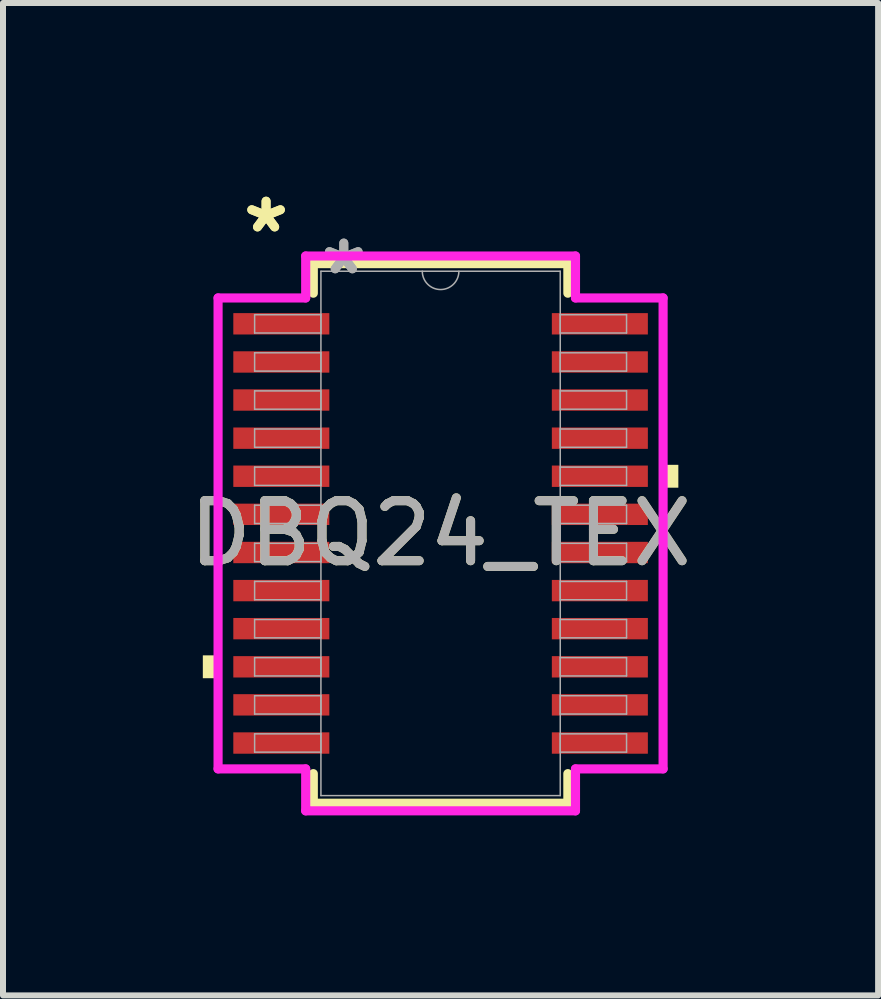
<source format=kicad_pcb>
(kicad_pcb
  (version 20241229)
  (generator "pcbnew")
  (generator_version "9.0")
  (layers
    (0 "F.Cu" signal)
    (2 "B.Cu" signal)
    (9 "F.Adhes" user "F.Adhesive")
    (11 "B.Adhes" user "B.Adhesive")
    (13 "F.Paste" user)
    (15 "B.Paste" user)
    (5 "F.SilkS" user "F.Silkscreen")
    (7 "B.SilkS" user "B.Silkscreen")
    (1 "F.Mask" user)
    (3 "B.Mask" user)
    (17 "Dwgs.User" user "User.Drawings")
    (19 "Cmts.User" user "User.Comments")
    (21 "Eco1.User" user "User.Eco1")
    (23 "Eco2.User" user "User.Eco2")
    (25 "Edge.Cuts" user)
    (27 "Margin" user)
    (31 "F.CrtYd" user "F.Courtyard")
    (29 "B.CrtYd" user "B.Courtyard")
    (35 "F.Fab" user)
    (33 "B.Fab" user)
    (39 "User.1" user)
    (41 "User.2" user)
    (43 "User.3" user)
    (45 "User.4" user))
  (footprint "DBQ24_TEX"
    (layer "F.Cu")
    (at 4.292 5.839)
    (property "Reference" "DBQ24_TEX" (at 0 0 0) (unlocked yes) (layer "F.SilkS") (effects (font (size 1 1) (thickness 0.15))))
    (attr smd)
    (fp_line (start -2.121 -4.496) (end -2.121 -4.003) (stroke (width 0.152) (type solid)) (layer "F.SilkS"))
    (fp_line (start -2.121 4.003) (end -2.121 4.496) (stroke (width 0.152) (type solid)) (layer "F.SilkS"))
    (fp_line (start -2.121 4.496) (end 2.121 4.496) (stroke (width 0.152) (type solid)) (layer "F.SilkS"))
    (fp_line (start 2.121 -4.496) (end -2.121 -4.496) (stroke (width 0.152) (type solid)) (layer "F.SilkS"))
    (fp_line (start 2.121 -4.003) (end 2.121 -4.496) (stroke (width 0.152) (type solid)) (layer "F.SilkS"))
    (fp_line (start 2.121 4.496) (end 2.121 4.003) (stroke (width 0.152) (type solid)) (layer "F.SilkS"))
    (fp_poly (pts (xy -3.962 2.032) (xy -3.962 2.413) (xy -3.708 2.413) (xy -3.708 2.032)) (stroke (width 0) (type solid)) (fill yes) (layer "F.SilkS"))
    (fp_poly (pts (xy 3.962 -1.143) (xy 3.962 -0.762) (xy 3.708 -0.762) (xy 3.708 -1.143)) (stroke (width 0) (type solid)) (fill yes) (layer "F.SilkS"))
    (fp_line (start -3.708 -3.924) (end -2.248 -3.924) (stroke (width 0.152) (type solid)) (layer "F.CrtYd"))
    (fp_line (start -3.708 3.924) (end -3.708 -3.924) (stroke (width 0.152) (type solid)) (layer "F.CrtYd"))
    (fp_line (start -3.708 3.924) (end -2.248 3.924) (stroke (width 0.152) (type solid)) (layer "F.CrtYd"))
    (fp_line (start -2.248 -4.623) (end 2.248 -4.623) (stroke (width 0.152) (type solid)) (layer "F.CrtYd"))
    (fp_line (start -2.248 -3.924) (end -2.248 -4.623) (stroke (width 0.152) (type solid)) (layer "F.CrtYd"))
    (fp_line (start -2.248 4.623) (end -2.248 3.924) (stroke (width 0.152) (type solid)) (layer "F.CrtYd"))
    (fp_line (start 2.248 -4.623) (end 2.248 -3.924) (stroke (width 0.152) (type solid)) (layer "F.CrtYd"))
    (fp_line (start 2.248 3.924) (end 2.248 4.623) (stroke (width 0.152) (type solid)) (layer "F.CrtYd"))
    (fp_line (start 2.248 4.623) (end -2.248 4.623) (stroke (width 0.152) (type solid)) (layer "F.CrtYd"))
    (fp_line (start 3.708 -3.924) (end 2.248 -3.924) (stroke (width 0.152) (type solid)) (layer "F.CrtYd"))
    (fp_line (start 3.708 -3.924) (end 3.708 3.924) (stroke (width 0.152) (type solid)) (layer "F.CrtYd"))
    (fp_line (start 3.708 3.924) (end 2.248 3.924) (stroke (width 0.152) (type solid)) (layer "F.CrtYd"))
    (fp_line (start -3.099 -3.645) (end -3.099 -3.34) (stroke (width 0.025) (type solid)) (layer "F.Fab"))
    (fp_line (start -3.099 -3.34) (end -1.994 -3.34) (stroke (width 0.025) (type solid)) (layer "F.Fab"))
    (fp_line (start -3.099 -3.01) (end -3.099 -2.705) (stroke (width 0.025) (type solid)) (layer "F.Fab"))
    (fp_line (start -3.099 -2.705) (end -1.994 -2.705) (stroke (width 0.025) (type solid)) (layer "F.Fab"))
    (fp_line (start -3.099 -2.375) (end -3.099 -2.07) (stroke (width 0.025) (type solid)) (layer "F.Fab"))
    (fp_line (start -3.099 -2.07) (end -1.994 -2.07) (stroke (width 0.025) (type solid)) (layer "F.Fab"))
    (fp_line (start -3.099 -1.74) (end -3.099 -1.435) (stroke (width 0.025) (type solid)) (layer "F.Fab"))
    (fp_line (start -3.099 -1.435) (end -1.994 -1.435) (stroke (width 0.025) (type solid)) (layer "F.Fab"))
    (fp_line (start -3.099 -1.105) (end -3.099 -0.8) (stroke (width 0.025) (type solid)) (layer "F.Fab"))
    (fp_line (start -3.099 -0.8) (end -1.994 -0.8) (stroke (width 0.025) (type solid)) (layer "F.Fab"))
    (fp_line (start -3.099 -0.47) (end -3.099 -0.165) (stroke (width 0.025) (type solid)) (layer "F.Fab"))
    (fp_line (start -3.099 -0.165) (end -1.994 -0.165) (stroke (width 0.025) (type solid)) (layer "F.Fab"))
    (fp_line (start -3.099 0.165) (end -3.099 0.47) (stroke (width 0.025) (type solid)) (layer "F.Fab"))
    (fp_line (start -3.099 0.47) (end -1.994 0.47) (stroke (width 0.025) (type solid)) (layer "F.Fab"))
    (fp_line (start -3.099 0.8) (end -3.099 1.105) (stroke (width 0.025) (type solid)) (layer "F.Fab"))
    (fp_line (start -3.099 1.105) (end -1.994 1.105) (stroke (width 0.025) (type solid)) (layer "F.Fab"))
    (fp_line (start -3.099 1.435) (end -3.099 1.74) (stroke (width 0.025) (type solid)) (layer "F.Fab"))
    (fp_line (start -3.099 1.74) (end -1.994 1.74) (stroke (width 0.025) (type solid)) (layer "F.Fab"))
    (fp_line (start -3.099 2.07) (end -3.099 2.375) (stroke (width 0.025) (type solid)) (layer "F.Fab"))
    (fp_line (start -3.099 2.375) (end -1.994 2.375) (stroke (width 0.025) (type solid)) (layer "F.Fab"))
    (fp_line (start -3.099 2.705) (end -3.099 3.01) (stroke (width 0.025) (type solid)) (layer "F.Fab"))
    (fp_line (start -3.099 3.01) (end -1.994 3.01) (stroke (width 0.025) (type solid)) (layer "F.Fab"))
    (fp_line (start -3.099 3.34) (end -3.099 3.645) (stroke (width 0.025) (type solid)) (layer "F.Fab"))
    (fp_line (start -3.099 3.645) (end -1.994 3.645) (stroke (width 0.025) (type solid)) (layer "F.Fab"))
    (fp_line (start -1.994 -4.369) (end -1.994 4.369) (stroke (width 0.025) (type solid)) (layer "F.Fab"))
    (fp_line (start -1.994 -3.645) (end -3.099 -3.645) (stroke (width 0.025) (type solid)) (layer "F.Fab"))
    (fp_line (start -1.994 -3.34) (end -1.994 -3.645) (stroke (width 0.025) (type solid)) (layer "F.Fab"))
    (fp_line (start -1.994 -3.01) (end -3.099 -3.01) (stroke (width 0.025) (type solid)) (layer "F.Fab"))
    (fp_line (start -1.994 -2.705) (end -1.994 -3.01) (stroke (width 0.025) (type solid)) (layer "F.Fab"))
    (fp_line (start -1.994 -2.375) (end -3.099 -2.375) (stroke (width 0.025) (type solid)) (layer "F.Fab"))
    (fp_line (start -1.994 -2.07) (end -1.994 -2.375) (stroke (width 0.025) (type solid)) (layer "F.Fab"))
    (fp_line (start -1.994 -1.74) (end -3.099 -1.74) (stroke (width 0.025) (type solid)) (layer "F.Fab"))
    (fp_line (start -1.994 -1.435) (end -1.994 -1.74) (stroke (width 0.025) (type solid)) (layer "F.Fab"))
    (fp_line (start -1.994 -1.105) (end -3.099 -1.105) (stroke (width 0.025) (type solid)) (layer "F.Fab"))
    (fp_line (start -1.994 -0.8) (end -1.994 -1.105) (stroke (width 0.025) (type solid)) (layer "F.Fab"))
    (fp_line (start -1.994 -0.47) (end -3.099 -0.47) (stroke (width 0.025) (type solid)) (layer "F.Fab"))
    (fp_line (start -1.994 -0.165) (end -1.994 -0.47) (stroke (width 0.025) (type solid)) (layer "F.Fab"))
    (fp_line (start -1.994 0.165) (end -3.099 0.165) (stroke (width 0.025) (type solid)) (layer "F.Fab"))
    (fp_line (start -1.994 0.47) (end -1.994 0.165) (stroke (width 0.025) (type solid)) (layer "F.Fab"))
    (fp_line (start -1.994 0.8) (end -3.099 0.8) (stroke (width 0.025) (type solid)) (layer "F.Fab"))
    (fp_line (start -1.994 1.105) (end -1.994 0.8) (stroke (width 0.025) (type solid)) (layer "F.Fab"))
    (fp_line (start -1.994 1.435) (end -3.099 1.435) (stroke (width 0.025) (type solid)) (layer "F.Fab"))
    (fp_line (start -1.994 1.74) (end -1.994 1.435) (stroke (width 0.025) (type solid)) (layer "F.Fab"))
    (fp_line (start -1.994 2.07) (end -3.099 2.07) (stroke (width 0.025) (type solid)) (layer "F.Fab"))
    (fp_line (start -1.994 2.375) (end -1.994 2.07) (stroke (width 0.025) (type solid)) (layer "F.Fab"))
    (fp_line (start -1.994 2.705) (end -3.099 2.705) (stroke (width 0.025) (type solid)) (layer "F.Fab"))
    (fp_line (start -1.994 3.01) (end -1.994 2.705) (stroke (width 0.025) (type solid)) (layer "F.Fab"))
    (fp_line (start -1.994 3.34) (end -3.099 3.34) (stroke (width 0.025) (type solid)) (layer "F.Fab"))
    (fp_line (start -1.994 3.645) (end -1.994 3.34) (stroke (width 0.025) (type solid)) (layer "F.Fab"))
    (fp_line (start -1.994 4.369) (end 1.994 4.369) (stroke (width 0.025) (type solid)) (layer "F.Fab"))
    (fp_line (start 1.994 -4.369) (end -1.994 -4.369) (stroke (width 0.025) (type solid)) (layer "F.Fab"))
    (fp_line (start 1.994 -3.645) (end 1.994 -3.34) (stroke (width 0.025) (type solid)) (layer "F.Fab"))
    (fp_line (start 1.994 -3.34) (end 3.099 -3.34) (stroke (width 0.025) (type solid)) (layer "F.Fab"))
    (fp_line (start 1.994 -3.01) (end 1.994 -2.705) (stroke (width 0.025) (type solid)) (layer "F.Fab"))
    (fp_line (start 1.994 -2.705) (end 3.099 -2.705) (stroke (width 0.025) (type solid)) (layer "F.Fab"))
    (fp_line (start 1.994 -2.375) (end 1.994 -2.07) (stroke (width 0.025) (type solid)) (layer "F.Fab"))
    (fp_line (start 1.994 -2.07) (end 3.099 -2.07) (stroke (width 0.025) (type solid)) (layer "F.Fab"))
    (fp_line (start 1.994 -1.74) (end 1.994 -1.435) (stroke (width 0.025) (type solid)) (layer "F.Fab"))
    (fp_line (start 1.994 -1.435) (end 3.099 -1.435) (stroke (width 0.025) (type solid)) (layer "F.Fab"))
    (fp_line (start 1.994 -1.105) (end 1.994 -0.8) (stroke (width 0.025) (type solid)) (layer "F.Fab"))
    (fp_line (start 1.994 -0.8) (end 3.099 -0.8) (stroke (width 0.025) (type solid)) (layer "F.Fab"))
    (fp_line (start 1.994 -0.47) (end 1.994 -0.165) (stroke (width 0.025) (type solid)) (layer "F.Fab"))
    (fp_line (start 1.994 -0.165) (end 3.099 -0.165) (stroke (width 0.025) (type solid)) (layer "F.Fab"))
    (fp_line (start 1.994 0.165) (end 1.994 0.47) (stroke (width 0.025) (type solid)) (layer "F.Fab"))
    (fp_line (start 1.994 0.47) (end 3.099 0.47) (stroke (width 0.025) (type solid)) (layer "F.Fab"))
    (fp_line (start 1.994 0.8) (end 1.994 1.105) (stroke (width 0.025) (type solid)) (layer "F.Fab"))
    (fp_line (start 1.994 1.105) (end 3.099 1.105) (stroke (width 0.025) (type solid)) (layer "F.Fab"))
    (fp_line (start 1.994 1.435) (end 1.994 1.74) (stroke (width 0.025) (type solid)) (layer "F.Fab"))
    (fp_line (start 1.994 1.74) (end 3.099 1.74) (stroke (width 0.025) (type solid)) (layer "F.Fab"))
    (fp_line (start 1.994 2.07) (end 1.994 2.375) (stroke (width 0.025) (type solid)) (layer "F.Fab"))
    (fp_line (start 1.994 2.375) (end 3.099 2.375) (stroke (width 0.025) (type solid)) (layer "F.Fab"))
    (fp_line (start 1.994 2.705) (end 1.994 3.01) (stroke (width 0.025) (type solid)) (layer "F.Fab"))
    (fp_line (start 1.994 3.01) (end 3.099 3.01) (stroke (width 0.025) (type solid)) (layer "F.Fab"))
    (fp_line (start 1.994 3.34) (end 1.994 3.645) (stroke (width 0.025) (type solid)) (layer "F.Fab"))
    (fp_line (start 1.994 3.645) (end 3.099 3.645) (stroke (width 0.025) (type solid)) (layer "F.Fab"))
    (fp_line (start 1.994 4.369) (end 1.994 -4.369) (stroke (width 0.025) (type solid)) (layer "F.Fab"))
    (fp_line (start 3.099 -3.645) (end 1.994 -3.645) (stroke (width 0.025) (type solid)) (layer "F.Fab"))
    (fp_line (start 3.099 -3.34) (end 3.099 -3.645) (stroke (width 0.025) (type solid)) (layer "F.Fab"))
    (fp_line (start 3.099 -3.01) (end 1.994 -3.01) (stroke (width 0.025) (type solid)) (layer "F.Fab"))
    (fp_line (start 3.099 -2.705) (end 3.099 -3.01) (stroke (width 0.025) (type solid)) (layer "F.Fab"))
    (fp_line (start 3.099 -2.375) (end 1.994 -2.375) (stroke (width 0.025) (type solid)) (layer "F.Fab"))
    (fp_line (start 3.099 -2.07) (end 3.099 -2.375) (stroke (width 0.025) (type solid)) (layer "F.Fab"))
    (fp_line (start 3.099 -1.74) (end 1.994 -1.74) (stroke (width 0.025) (type solid)) (layer "F.Fab"))
    (fp_line (start 3.099 -1.435) (end 3.099 -1.74) (stroke (width 0.025) (type solid)) (layer "F.Fab"))
    (fp_line (start 3.099 -1.105) (end 1.994 -1.105) (stroke (width 0.025) (type solid)) (layer "F.Fab"))
    (fp_line (start 3.099 -0.8) (end 3.099 -1.105) (stroke (width 0.025) (type solid)) (layer "F.Fab"))
    (fp_line (start 3.099 -0.47) (end 1.994 -0.47) (stroke (width 0.025) (type solid)) (layer "F.Fab"))
    (fp_line (start 3.099 -0.165) (end 3.099 -0.47) (stroke (width 0.025) (type solid)) (layer "F.Fab"))
    (fp_line (start 3.099 0.165) (end 1.994 0.165) (stroke (width 0.025) (type solid)) (layer "F.Fab"))
    (fp_line (start 3.099 0.47) (end 3.099 0.165) (stroke (width 0.025) (type solid)) (layer "F.Fab"))
    (fp_line (start 3.099 0.8) (end 1.994 0.8) (stroke (width 0.025) (type solid)) (layer "F.Fab"))
    (fp_line (start 3.099 1.105) (end 3.099 0.8) (stroke (width 0.025) (type solid)) (layer "F.Fab"))
    (fp_line (start 3.099 1.435) (end 1.994 1.435) (stroke (width 0.025) (type solid)) (layer "F.Fab"))
    (fp_line (start 3.099 1.74) (end 3.099 1.435) (stroke (width 0.025) (type solid)) (layer "F.Fab"))
    (fp_line (start 3.099 2.07) (end 1.994 2.07) (stroke (width 0.025) (type solid)) (layer "F.Fab"))
    (fp_line (start 3.099 2.375) (end 3.099 2.07) (stroke (width 0.025) (type solid)) (layer "F.Fab"))
    (fp_line (start 3.099 2.705) (end 1.994 2.705) (stroke (width 0.025) (type solid)) (layer "F.Fab"))
    (fp_line (start 3.099 3.01) (end 3.099 2.705) (stroke (width 0.025) (type solid)) (layer "F.Fab"))
    (fp_line (start 3.099 3.34) (end 1.994 3.34) (stroke (width 0.025) (type solid)) (layer "F.Fab"))
    (fp_line (start 3.099 3.645) (end 3.099 3.34) (stroke (width 0.025) (type solid)) (layer "F.Fab"))
    (fp_arc (start 0.3048 -4.3688) (mid 0 -4.064) (end -0.3048 -4.3688) (stroke (width 0.0254) (type solid)) (layer "F.Fab"))
    (fp_text user "*" (at -2.908 -4.991 0) (layer "F.SilkS") (effects (font (size 1 1) (thickness 0.15))))
    (fp_text user "*" (at -2.908 -4.991 0) (unlocked yes) (layer "F.SilkS") (effects (font (size 1 1) (thickness 0.15))))
    (fp_text user "*" (at -1.613 -4.293 0) (layer "F.Fab") (effects (font (size 1 1) (thickness 0.15))))
    (fp_text user "*" (at -1.613 -4.293 0) (unlocked yes) (layer "F.Fab") (effects (font (size 1 1) (thickness 0.15))))
    (fp_text user "${REFERENCE}" (at 0 0 0) (unlocked yes) (layer "F.Fab") (effects (font (size 1 1) (thickness 0.15))))
    (pad "1" smd rect (at -2.654 -3.493) (size 1.6 0.356) (layers "F.Cu" "F.Mask" "F.Paste"))
    (pad "2" smd rect (at -2.654 -2.857) (size 1.6 0.356) (layers "F.Cu" "F.Mask" "F.Paste"))
    (pad "3" smd rect (at -2.654 -2.223) (size 1.6 0.356) (layers "F.Cu" "F.Mask" "F.Paste"))
    (pad "4" smd rect (at -2.654 -1.587) (size 1.6 0.356) (layers "F.Cu" "F.Mask" "F.Paste"))
    (pad "5" smd rect (at -2.654 -0.953) (size 1.6 0.356) (layers "F.Cu" "F.Mask" "F.Paste"))
    (pad "6" smd rect (at -2.654 -0.318) (size 1.6 0.356) (layers "F.Cu" "F.Mask" "F.Paste"))
    (pad "7" smd rect (at -2.654 0.318) (size 1.6 0.356) (layers "F.Cu" "F.Mask" "F.Paste"))
    (pad "8" smd rect (at -2.654 0.953) (size 1.6 0.356) (layers "F.Cu" "F.Mask" "F.Paste"))
    (pad "9" smd rect (at -2.654 1.587) (size 1.6 0.356) (layers "F.Cu" "F.Mask" "F.Paste"))
    (pad "10" smd rect (at -2.654 2.223) (size 1.6 0.356) (layers "F.Cu" "F.Mask" "F.Paste"))
    (pad "11" smd rect (at -2.654 2.857) (size 1.6 0.356) (layers "F.Cu" "F.Mask" "F.Paste"))
    (pad "12" smd rect (at -2.654 3.493) (size 1.6 0.356) (layers "F.Cu" "F.Mask" "F.Paste"))
    (pad "13" smd rect (at 2.654 3.493) (size 1.6 0.356) (layers "F.Cu" "F.Mask" "F.Paste"))
    (pad "14" smd rect (at 2.654 2.857) (size 1.6 0.356) (layers "F.Cu" "F.Mask" "F.Paste"))
    (pad "15" smd rect (at 2.654 2.223) (size 1.6 0.356) (layers "F.Cu" "F.Mask" "F.Paste"))
    (pad "16" smd rect (at 2.654 1.587) (size 1.6 0.356) (layers "F.Cu" "F.Mask" "F.Paste"))
    (pad "17" smd rect (at 2.654 0.953) (size 1.6 0.356) (layers "F.Cu" "F.Mask" "F.Paste"))
    (pad "18" smd rect (at 2.654 0.318) (size 1.6 0.356) (layers "F.Cu" "F.Mask" "F.Paste"))
    (pad "19" smd rect (at 2.654 -0.318) (size 1.6 0.356) (layers "F.Cu" "F.Mask" "F.Paste"))
    (pad "20" smd rect (at 2.654 -0.953) (size 1.6 0.356) (layers "F.Cu" "F.Mask" "F.Paste"))
    (pad "21" smd rect (at 2.654 -1.587) (size 1.6 0.356) (layers "F.Cu" "F.Mask" "F.Paste"))
    (pad "22" smd rect (at 2.654 -2.223) (size 1.6 0.356) (layers "F.Cu" "F.Mask" "F.Paste"))
    (pad "23" smd rect (at 2.654 -2.857) (size 1.6 0.356) (layers "F.Cu" "F.Mask" "F.Paste"))
    (pad "24" smd rect (at 2.654 -3.493) (size 1.6 0.356) (layers "F.Cu" "F.Mask" "F.Paste")))
  (gr_rect
    (start -3 -3)
    (end 11.583 13.538)
    (stroke (width 0.1) (type default))
    (fill no)
    (layer "Edge.Cuts")))
</source>
